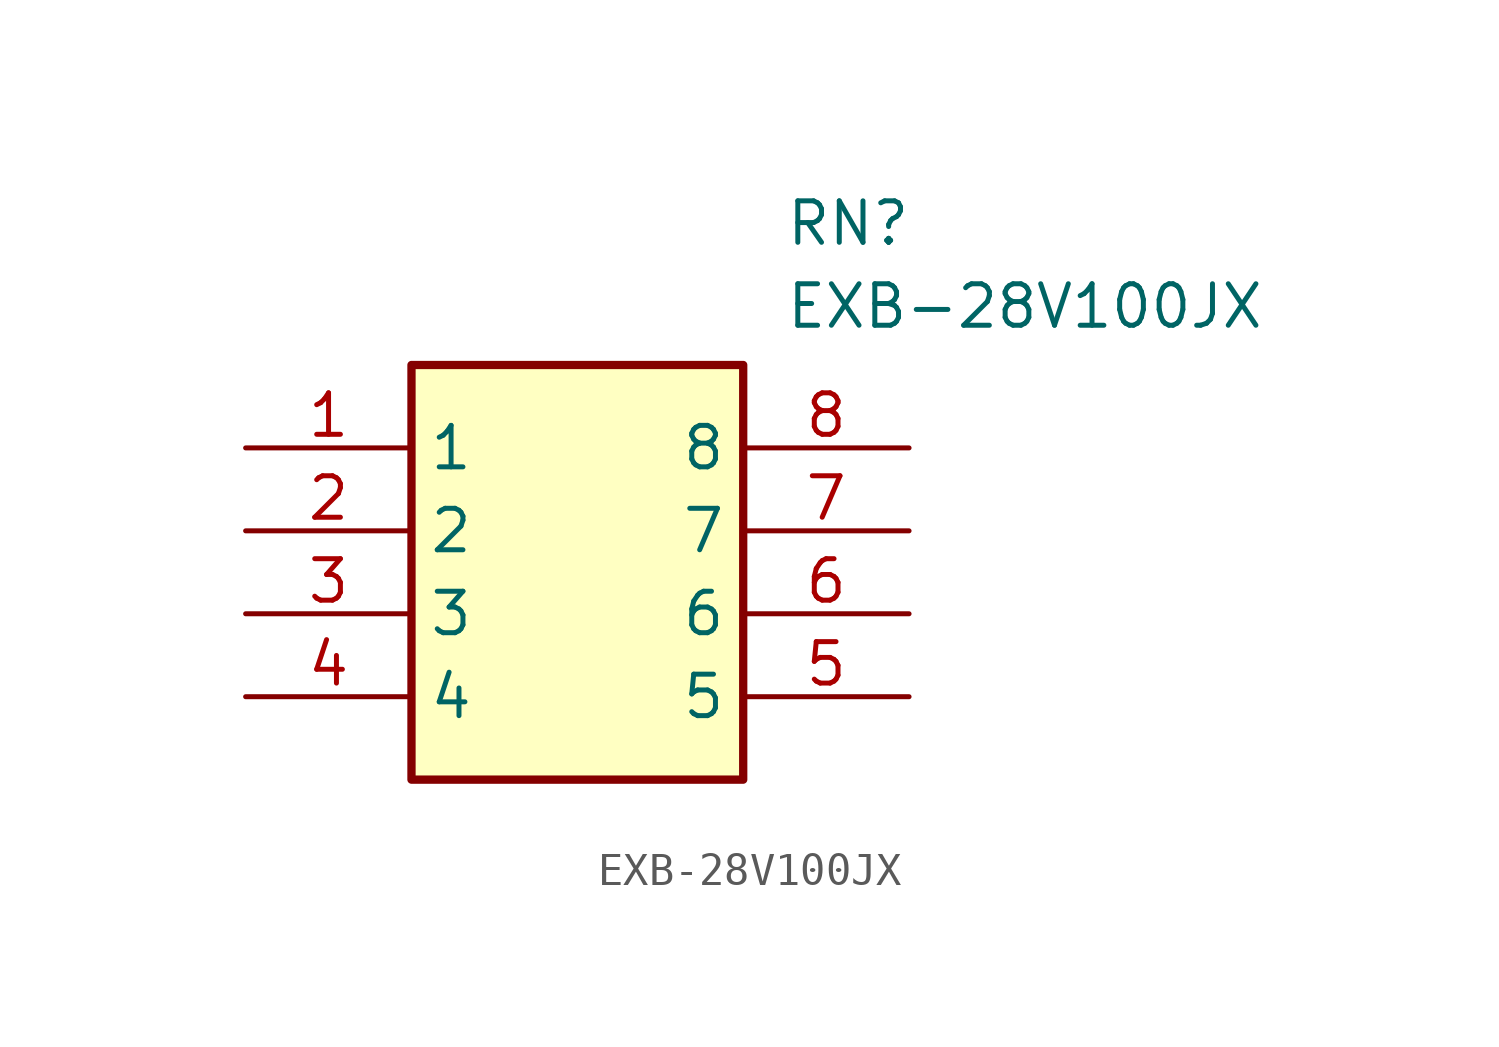
<source format=kicad_sym>
(kicad_symbol_lib
  (version 20211014)
  (generator SamacSys_ECAD_Model)
  (symbol "EXB-28V100JX"
    (property "Reference" "RN"
      (at 16.51 7.62 0)
      (effects (font (size 1.27 1.27)) (justify left top)))
    (property "Value" "EXB-28V100JX"
      (at 16.51 5.08 0)
      (effects (font (size 1.27 1.27)) (justify left top)))
    (rectangle
      (start 5.08 2.54)
      (end 15.24 -10.16)
      (stroke (width 0.254) (type default))
      (fill (type background)))
    (pin passive line
      (at 0 0 0)
      (length 5.08)
      (name "1" (effects (font (size 1.27 1.27))))
      (number "1" (effects (font (size 1.27 1.27)))))
    (pin passive line
      (at 0 -2.54 0)
      (length 5.08)
      (name "2" (effects (font (size 1.27 1.27))))
      (number "2" (effects (font (size 1.27 1.27)))))
    (pin passive line
      (at 0 -5.08 0)
      (length 5.08)
      (name "3" (effects (font (size 1.27 1.27))))
      (number "3" (effects (font (size 1.27 1.27)))))
    (pin passive line
      (at 0 -7.62 0)
      (length 5.08)
      (name "4" (effects (font (size 1.27 1.27))))
      (number "4" (effects (font (size 1.27 1.27)))))
    (pin passive line
      (at 20.32 -7.62 180)
      (length 5.08)
      (name "5" (effects (font (size 1.27 1.27))))
      (number "5" (effects (font (size 1.27 1.27)))))
    (pin passive line
      (at 20.32 -5.08 180)
      (length 5.08)
      (name "6" (effects (font (size 1.27 1.27))))
      (number "6" (effects (font (size 1.27 1.27)))))
    (pin passive line
      (at 20.32 -2.54 180)
      (length 5.08)
      (name "7" (effects (font (size 1.27 1.27))))
      (number "7" (effects (font (size 1.27 1.27)))))
    (pin passive line
      (at 20.32 0 180)
      (length 5.08)
      (name "8" (effects (font (size 1.27 1.27))))
      (number "8" (effects (font (size 1.27 1.27)))))))
</source>
